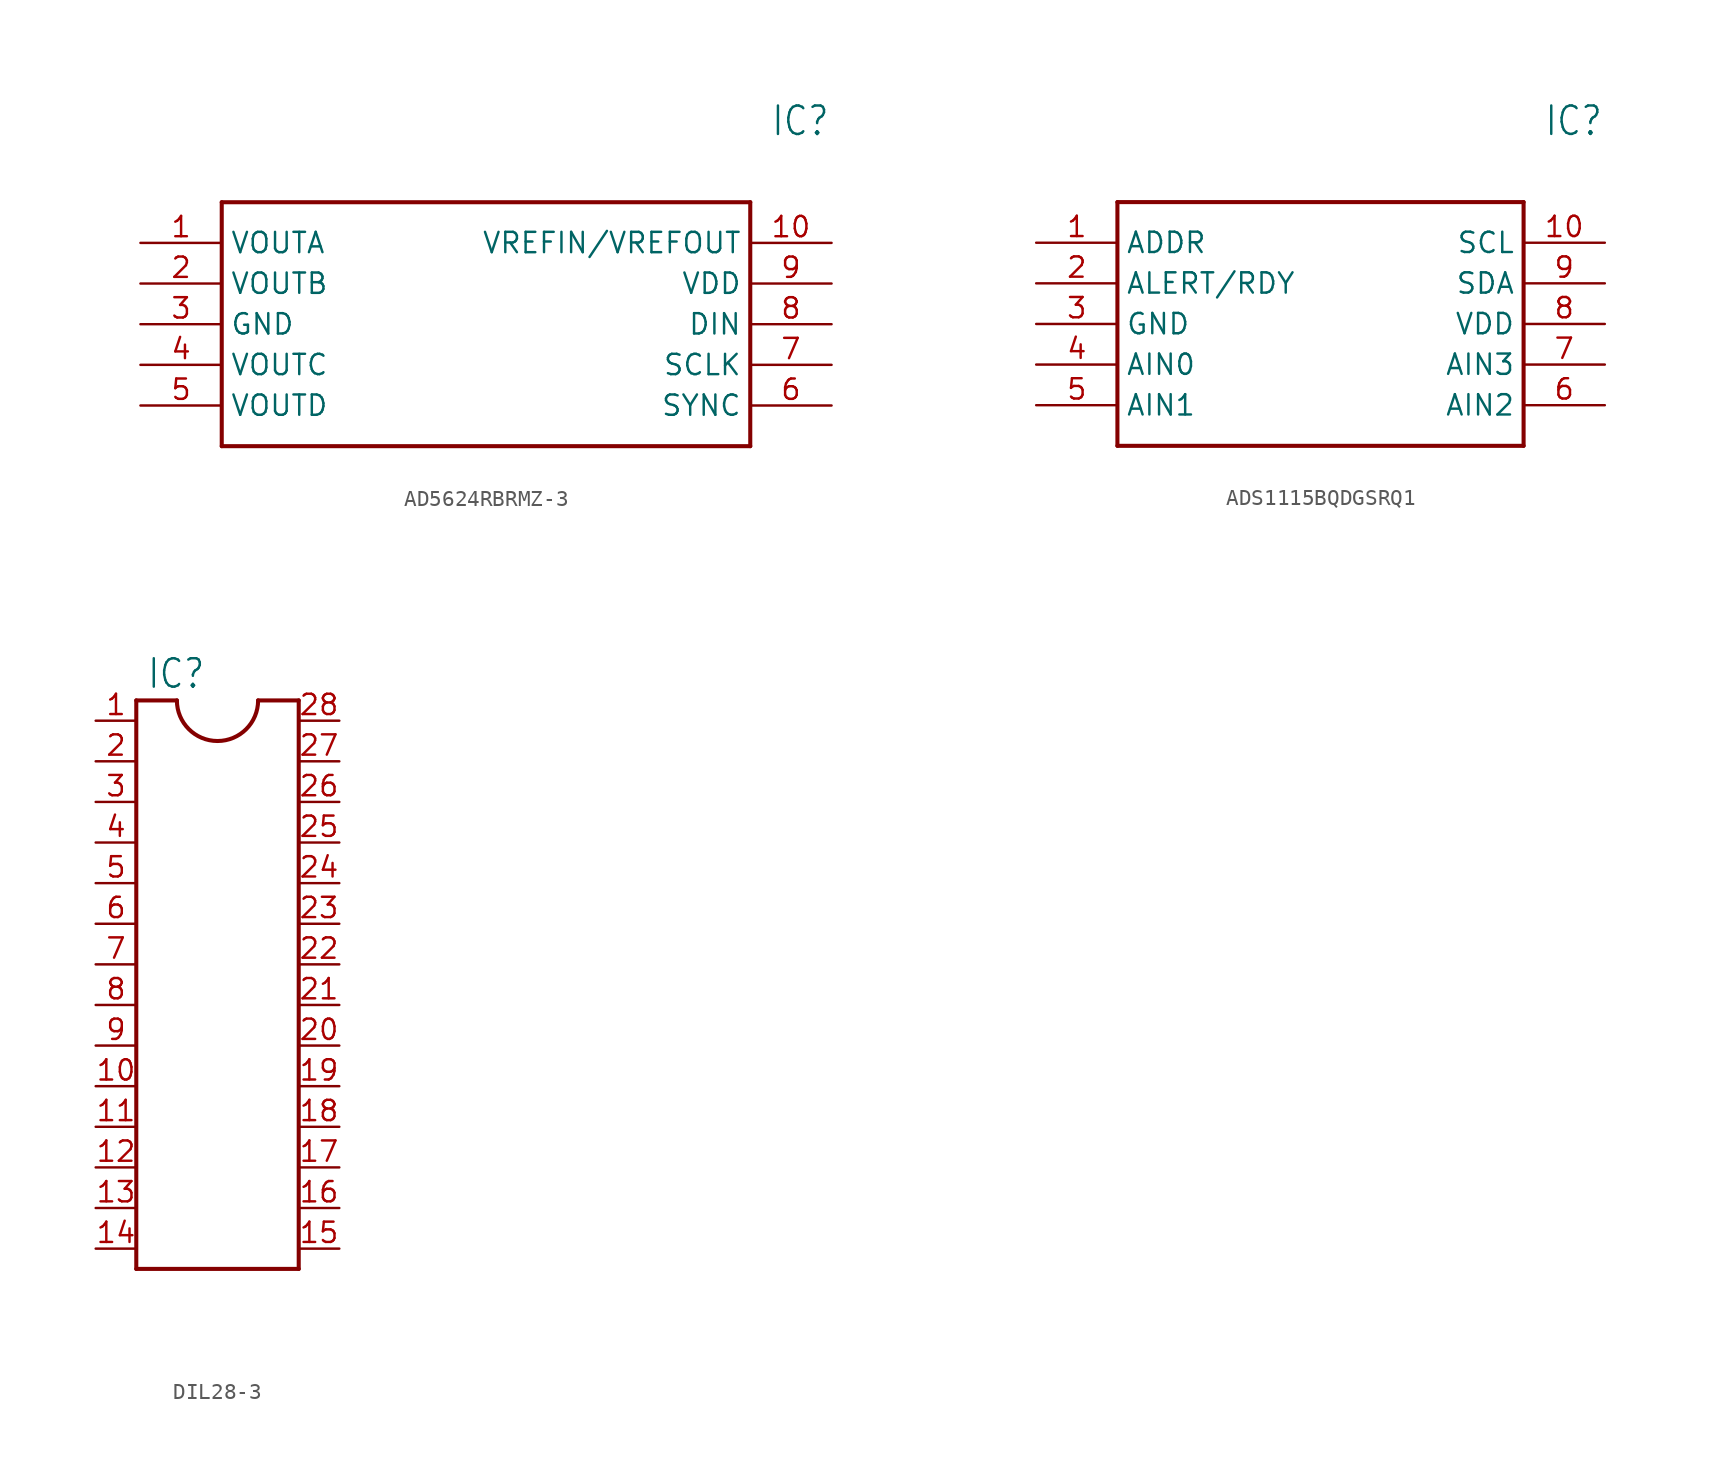
<source format=kicad_sym>
(kicad_symbol_lib
  (version 20220914)
  (generator kicad_symbol_editor)
  (symbol "AD5624RBRMZ-3"
    (property "Reference" "IC"
      (at 39.37 7.62 0)
      (effects (font (size 1.778 1.511)) (justify left)))
    (property "Value" ""
      (at 39.37 5.08 0)
      (effects (font (size 1.778 1.511)) (justify left)))
    (property "ki_locked" ""
      (at 0 0 0)
      (effects (font (size 1.27 1.27))))
    (symbol "AD5624RBRMZ-3_1_0"
      (polyline (pts (xy 5.08 2.54) (xy 5.08 -12.7)) (stroke (width 0.254) (type solid)) (fill (type none)))
      (polyline (pts (xy 5.08 2.54) (xy 38.1 2.54)) (stroke (width 0.254) (type solid)) (fill (type none)))
      (polyline (pts (xy 38.1 -12.7) (xy 5.08 -12.7)) (stroke (width 0.254) (type solid)) (fill (type none)))
      (polyline (pts (xy 38.1 -12.7) (xy 38.1 2.54)) (stroke (width 0.254) (type solid)) (fill (type none)))
      (pin bidirectional line (at 0 0 0) (length 5.08) (name "VOUTA" (effects (font (size 1.27 1.27)))) (number "1" (effects (font (size 1.27 1.27)))))
      (pin bidirectional line (at 43.18 0 180) (length 5.08) (name "VREFIN/VREFOUT" (effects (font (size 1.27 1.27)))) (number "10" (effects (font (size 1.27 1.27)))))
      (pin bidirectional line (at 0 -2.54 0) (length 5.08) (name "VOUTB" (effects (font (size 1.27 1.27)))) (number "2" (effects (font (size 1.27 1.27)))))
      (pin bidirectional line (at 0 -5.08 0) (length 5.08) (name "GND" (effects (font (size 1.27 1.27)))) (number "3" (effects (font (size 1.27 1.27)))))
      (pin bidirectional line (at 0 -7.62 0) (length 5.08) (name "VOUTC" (effects (font (size 1.27 1.27)))) (number "4" (effects (font (size 1.27 1.27)))))
      (pin bidirectional line (at 0 -10.16 0) (length 5.08) (name "VOUTD" (effects (font (size 1.27 1.27)))) (number "5" (effects (font (size 1.27 1.27)))))
      (pin bidirectional line (at 43.18 -10.16 180) (length 5.08) (name "SYNC~{}" (effects (font (size 1.27 1.27)))) (number "6" (effects (font (size 1.27 1.27)))))
      (pin bidirectional line (at 43.18 -7.62 180) (length 5.08) (name "SCLK" (effects (font (size 1.27 1.27)))) (number "7" (effects (font (size 1.27 1.27)))))
      (pin bidirectional line (at 43.18 -5.08 180) (length 5.08) (name "DIN" (effects (font (size 1.27 1.27)))) (number "8" (effects (font (size 1.27 1.27)))))
      (pin bidirectional line (at 43.18 -2.54 180) (length 5.08) (name "VDD" (effects (font (size 1.27 1.27)))) (number "9" (effects (font (size 1.27 1.27)))))))
  (symbol "ADS1115BQDGSRQ1"
    (property "Reference" "IC"
      (at 31.75 7.62 0)
      (effects (font (size 1.778 1.511)) (justify left)))
    (property "Value" ""
      (at 31.75 5.08 0)
      (effects (font (size 1.778 1.511)) (justify left)))
    (property "ki_locked" ""
      (at 0 0 0)
      (effects (font (size 1.27 1.27))))
    (symbol "ADS1115BQDGSRQ1_1_0"
      (polyline (pts (xy 5.08 2.54) (xy 5.08 -12.7)) (stroke (width 0.254) (type solid)) (fill (type none)))
      (polyline (pts (xy 5.08 2.54) (xy 30.48 2.54)) (stroke (width 0.254) (type solid)) (fill (type none)))
      (polyline (pts (xy 30.48 -12.7) (xy 5.08 -12.7)) (stroke (width 0.254) (type solid)) (fill (type none)))
      (polyline (pts (xy 30.48 -12.7) (xy 30.48 2.54)) (stroke (width 0.254) (type solid)) (fill (type none)))
      (pin bidirectional line (at 0 0 0) (length 5.08) (name "ADDR" (effects (font (size 1.27 1.27)))) (number "1" (effects (font (size 1.27 1.27)))))
      (pin bidirectional line (at 35.56 0 180) (length 5.08) (name "SCL" (effects (font (size 1.27 1.27)))) (number "10" (effects (font (size 1.27 1.27)))))
      (pin bidirectional line (at 0 -2.54 0) (length 5.08) (name "ALERT/RDY" (effects (font (size 1.27 1.27)))) (number "2" (effects (font (size 1.27 1.27)))))
      (pin bidirectional line (at 0 -5.08 0) (length 5.08) (name "GND" (effects (font (size 1.27 1.27)))) (number "3" (effects (font (size 1.27 1.27)))))
      (pin bidirectional line (at 0 -7.62 0) (length 5.08) (name "AIN0" (effects (font (size 1.27 1.27)))) (number "4" (effects (font (size 1.27 1.27)))))
      (pin bidirectional line (at 0 -10.16 0) (length 5.08) (name "AIN1" (effects (font (size 1.27 1.27)))) (number "5" (effects (font (size 1.27 1.27)))))
      (pin bidirectional line (at 35.56 -10.16 180) (length 5.08) (name "AIN2" (effects (font (size 1.27 1.27)))) (number "6" (effects (font (size 1.27 1.27)))))
      (pin bidirectional line (at 35.56 -7.62 180) (length 5.08) (name "AIN3" (effects (font (size 1.27 1.27)))) (number "7" (effects (font (size 1.27 1.27)))))
      (pin bidirectional line (at 35.56 -5.08 180) (length 5.08) (name "VDD" (effects (font (size 1.27 1.27)))) (number "8" (effects (font (size 1.27 1.27)))))
      (pin bidirectional line (at 35.56 -2.54 180) (length 5.08) (name "SDA" (effects (font (size 1.27 1.27)))) (number "9" (effects (font (size 1.27 1.27)))))))
  (symbol "DIL28-3"
    (property "Reference" "IC"
      (at -4.445 17.145 0)
      (effects (font (size 1.778 1.511)) (justify left bottom)))
    (property "Value" ""
      (at -4.445 -21.59 0)
      (effects (font (size 1.778 1.511)) (justify left bottom)))
    (property "ki_locked" ""
      (at 0 0 0)
      (effects (font (size 1.27 1.27))))
    (symbol "DIL28-3_1_0"
      (arc (start -2.54 16.51) (mid 0 13.97) (end 2.54 16.51) (stroke (width 0.254) (type solid)) (fill (type none)))
      (polyline (pts (xy -5.08 -19.05) (xy 5.08 -19.05)) (stroke (width 0.254) (type solid)) (fill (type none)))
      (polyline (pts (xy -5.08 16.51) (xy -5.08 -19.05)) (stroke (width 0.254) (type solid)) (fill (type none)))
      (polyline (pts (xy -5.08 16.51) (xy -2.54 16.51)) (stroke (width 0.254) (type solid)) (fill (type none)))
      (polyline (pts (xy 5.08 -19.05) (xy 5.08 16.51)) (stroke (width 0.254) (type solid)) (fill (type none)))
      (polyline (pts (xy 5.08 16.51) (xy 2.54 16.51)) (stroke (width 0.254) (type solid)) (fill (type none)))
      (pin passive line (at -7.62 15.24 0) (length 2.54) (name "1" (effects (font (size 0 0)))) (number "1" (effects (font (size 1.27 1.27)))))
      (pin passive line (at -7.62 -7.62 0) (length 2.54) (name "10" (effects (font (size 0 0)))) (number "10" (effects (font (size 1.27 1.27)))))
      (pin passive line (at -7.62 -10.16 0) (length 2.54) (name "11" (effects (font (size 0 0)))) (number "11" (effects (font (size 1.27 1.27)))))
      (pin passive line (at -7.62 -12.7 0) (length 2.54) (name "12" (effects (font (size 0 0)))) (number "12" (effects (font (size 1.27 1.27)))))
      (pin passive line (at -7.62 -15.24 0) (length 2.54) (name "13" (effects (font (size 0 0)))) (number "13" (effects (font (size 1.27 1.27)))))
      (pin passive line (at -7.62 -17.78 0) (length 2.54) (name "14" (effects (font (size 0 0)))) (number "14" (effects (font (size 1.27 1.27)))))
      (pin passive line (at 7.62 -17.78 180) (length 2.54) (name "15" (effects (font (size 0 0)))) (number "15" (effects (font (size 1.27 1.27)))))
      (pin passive line (at 7.62 -15.24 180) (length 2.54) (name "16" (effects (font (size 0 0)))) (number "16" (effects (font (size 1.27 1.27)))))
      (pin passive line (at 7.62 -12.7 180) (length 2.54) (name "17" (effects (font (size 0 0)))) (number "17" (effects (font (size 1.27 1.27)))))
      (pin passive line (at 7.62 -10.16 180) (length 2.54) (name "18" (effects (font (size 0 0)))) (number "18" (effects (font (size 1.27 1.27)))))
      (pin passive line (at 7.62 -7.62 180) (length 2.54) (name "19" (effects (font (size 0 0)))) (number "19" (effects (font (size 1.27 1.27)))))
      (pin passive line (at -7.62 12.7 0) (length 2.54) (name "2" (effects (font (size 0 0)))) (number "2" (effects (font (size 1.27 1.27)))))
      (pin passive line (at 7.62 -5.08 180) (length 2.54) (name "20" (effects (font (size 0 0)))) (number "20" (effects (font (size 1.27 1.27)))))
      (pin passive line (at 7.62 -2.54 180) (length 2.54) (name "21" (effects (font (size 0 0)))) (number "21" (effects (font (size 1.27 1.27)))))
      (pin passive line (at 7.62 0 180) (length 2.54) (name "22" (effects (font (size 0 0)))) (number "22" (effects (font (size 1.27 1.27)))))
      (pin passive line (at 7.62 2.54 180) (length 2.54) (name "23" (effects (font (size 0 0)))) (number "23" (effects (font (size 1.27 1.27)))))
      (pin passive line (at 7.62 5.08 180) (length 2.54) (name "24" (effects (font (size 0 0)))) (number "24" (effects (font (size 1.27 1.27)))))
      (pin passive line (at 7.62 7.62 180) (length 2.54) (name "25" (effects (font (size 0 0)))) (number "25" (effects (font (size 1.27 1.27)))))
      (pin passive line (at 7.62 10.16 180) (length 2.54) (name "26" (effects (font (size 0 0)))) (number "26" (effects (font (size 1.27 1.27)))))
      (pin passive line (at 7.62 12.7 180) (length 2.54) (name "27" (effects (font (size 0 0)))) (number "27" (effects (font (size 1.27 1.27)))))
      (pin passive line (at 7.62 15.24 180) (length 2.54) (name "28" (effects (font (size 0 0)))) (number "28" (effects (font (size 1.27 1.27)))))
      (pin passive line (at -7.62 10.16 0) (length 2.54) (name "3" (effects (font (size 0 0)))) (number "3" (effects (font (size 1.27 1.27)))))
      (pin passive line (at -7.62 7.62 0) (length 2.54) (name "4" (effects (font (size 0 0)))) (number "4" (effects (font (size 1.27 1.27)))))
      (pin passive line (at -7.62 5.08 0) (length 2.54) (name "5" (effects (font (size 0 0)))) (number "5" (effects (font (size 1.27 1.27)))))
      (pin passive line (at -7.62 2.54 0) (length 2.54) (name "6" (effects (font (size 0 0)))) (number "6" (effects (font (size 1.27 1.27)))))
      (pin passive line (at -7.62 0 0) (length 2.54) (name "7" (effects (font (size 0 0)))) (number "7" (effects (font (size 1.27 1.27)))))
      (pin passive line (at -7.62 -2.54 0) (length 2.54) (name "8" (effects (font (size 0 0)))) (number "8" (effects (font (size 1.27 1.27)))))
      (pin passive line (at -7.62 -5.08 0) (length 2.54) (name "9" (effects (font (size 0 0)))) (number "9" (effects (font (size 1.27 1.27))))))))
</source>
